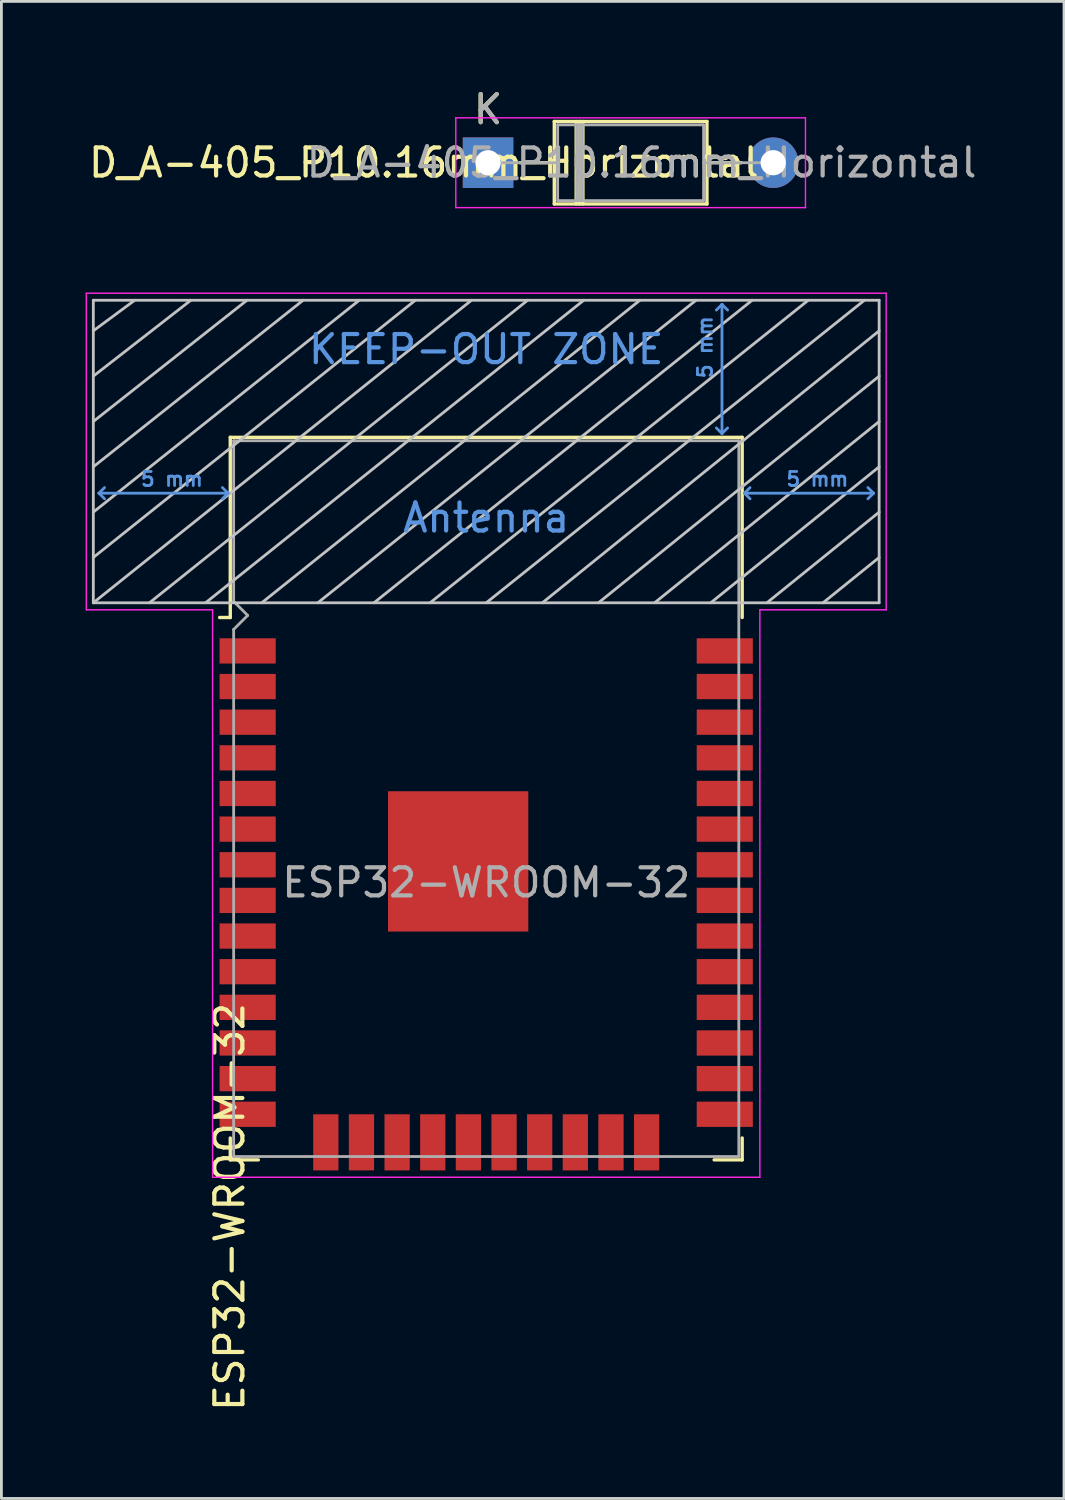
<source format=kicad_pcb>
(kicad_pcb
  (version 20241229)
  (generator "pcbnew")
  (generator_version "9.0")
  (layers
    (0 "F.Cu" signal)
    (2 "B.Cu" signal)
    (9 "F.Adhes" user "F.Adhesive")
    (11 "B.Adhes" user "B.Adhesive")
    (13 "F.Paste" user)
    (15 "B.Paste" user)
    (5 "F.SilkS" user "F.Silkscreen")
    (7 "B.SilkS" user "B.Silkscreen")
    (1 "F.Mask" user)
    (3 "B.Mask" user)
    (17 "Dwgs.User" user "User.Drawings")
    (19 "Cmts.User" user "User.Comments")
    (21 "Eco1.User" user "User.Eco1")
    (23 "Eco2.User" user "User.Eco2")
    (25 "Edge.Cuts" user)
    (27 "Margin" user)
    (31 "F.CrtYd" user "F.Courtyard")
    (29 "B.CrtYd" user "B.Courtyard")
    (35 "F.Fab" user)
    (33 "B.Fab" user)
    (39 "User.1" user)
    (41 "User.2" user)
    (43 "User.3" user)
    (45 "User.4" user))
  (footprint "ESP32-WROOM-32"
    (layer "F.Cu")
    (at 14.275 28.398)
    (property "Reference" "ESP32-WROOM-32" (at -9.144 11.557 90) (layer "F.SilkS") (effects (font (size 1 1) (thickness 0.15))))
    (attr smd)
    (fp_line (start -9.12 -15.865) (end -9.12 -9.445) (stroke (width 0.12) (type solid)) (layer "F.SilkS"))
    (fp_line (start -9.12 -15.865) (end 9.12 -15.865) (stroke (width 0.12) (type solid)) (layer "F.SilkS"))
    (fp_line (start -9.12 -9.445) (end -9.5 -9.445) (stroke (width 0.12) (type solid)) (layer "F.SilkS"))
    (fp_line (start -9.12 9.1) (end -9.12 9.88) (stroke (width 0.12) (type solid)) (layer "F.SilkS"))
    (fp_line (start -9.12 9.88) (end -8.12 9.88) (stroke (width 0.12) (type solid)) (layer "F.SilkS"))
    (fp_line (start 9.12 -15.865) (end 9.12 -9.445) (stroke (width 0.12) (type solid)) (layer "F.SilkS"))
    (fp_line (start 9.12 9.1) (end 9.12 9.88) (stroke (width 0.12) (type solid)) (layer "F.SilkS"))
    (fp_line (start 9.12 9.88) (end 8.12 9.88) (stroke (width 0.12) (type solid)) (layer "F.SilkS"))
    (fp_line (start -14 -9.97) (end -14 -20.75) (stroke (width 0.1) (type solid)) (layer "Dwgs.User"))
    (fp_line (start -12.525 -20.75) (end -14 -19.66) (stroke (width 0.1) (type solid)) (layer "Dwgs.User"))
    (fp_line (start -10.525 -20.75) (end -14 -18.045) (stroke (width 0.1) (type solid)) (layer "Dwgs.User"))
    (fp_line (start -8.525 -20.75) (end -14 -16.43) (stroke (width 0.1) (type solid)) (layer "Dwgs.User"))
    (fp_line (start -8 -9.97) (end 5.475 -20.75) (stroke (width 0.1) (type solid)) (layer "Dwgs.User"))
    (fp_line (start -6.525 -20.75) (end -14 -14.815) (stroke (width 0.1) (type solid)) (layer "Dwgs.User"))
    (fp_line (start -4.525 -20.75) (end -14 -13.2) (stroke (width 0.1) (type solid)) (layer "Dwgs.User"))
    (fp_line (start -2.525 -20.75) (end -14 -11.585) (stroke (width 0.1) (type solid)) (layer "Dwgs.User"))
    (fp_line (start -0.525 -20.75) (end -14 -9.97) (stroke (width 0.1) (type solid)) (layer "Dwgs.User"))
    (fp_line (start 1.475 -20.75) (end -12 -9.97) (stroke (width 0.1) (type solid)) (layer "Dwgs.User"))
    (fp_line (start 3.475 -20.75) (end -10 -9.97) (stroke (width 0.1) (type solid)) (layer "Dwgs.User"))
    (fp_line (start 7.475 -20.75) (end -6 -9.97) (stroke (width 0.1) (type solid)) (layer "Dwgs.User"))
    (fp_line (start 9.475 -20.75) (end -4 -9.97) (stroke (width 0.1) (type solid)) (layer "Dwgs.User"))
    (fp_line (start 11.475 -20.75) (end -2 -9.97) (stroke (width 0.1) (type solid)) (layer "Dwgs.User"))
    (fp_line (start 13.475 -20.75) (end 0 -9.97) (stroke (width 0.1) (type solid)) (layer "Dwgs.User"))
    (fp_line (start 14 -20.75) (end -14 -20.75) (stroke (width 0.1) (type solid)) (layer "Dwgs.User"))
    (fp_line (start 14 -19.66) (end 2 -9.97) (stroke (width 0.1) (type solid)) (layer "Dwgs.User"))
    (fp_line (start 14 -18.045) (end 4 -9.97) (stroke (width 0.1) (type solid)) (layer "Dwgs.User"))
    (fp_line (start 14 -16.43) (end 6 -9.97) (stroke (width 0.1) (type solid)) (layer "Dwgs.User"))
    (fp_line (start 14 -14.815) (end 8 -9.97) (stroke (width 0.1) (type solid)) (layer "Dwgs.User"))
    (fp_line (start 14 -13.2) (end 10 -9.97) (stroke (width 0.1) (type solid)) (layer "Dwgs.User"))
    (fp_line (start 14 -11.585) (end 12 -9.97) (stroke (width 0.1) (type solid)) (layer "Dwgs.User"))
    (fp_line (start 14 -9.97) (end -14 -9.97) (stroke (width 0.1) (type solid)) (layer "Dwgs.User"))
    (fp_line (start 14 -9.97) (end 14 -20.75) (stroke (width 0.1) (type solid)) (layer "Dwgs.User"))
    (fp_line (start -13.8 -13.875) (end -13.6 -14.075) (stroke (width 0.1) (type solid)) (layer "Cmts.User"))
    (fp_line (start -13.8 -13.875) (end -13.6 -13.675) (stroke (width 0.1) (type solid)) (layer "Cmts.User"))
    (fp_line (start -13.8 -13.875) (end -9.2 -13.875) (stroke (width 0.1) (type solid)) (layer "Cmts.User"))
    (fp_line (start -9.2 -13.875) (end -9.4 -14.075) (stroke (width 0.1) (type solid)) (layer "Cmts.User"))
    (fp_line (start -9.2 -13.875) (end -9.4 -13.675) (stroke (width 0.1) (type solid)) (layer "Cmts.User"))
    (fp_line (start 8.4 -20.6) (end 8.2 -20.4) (stroke (width 0.1) (type solid)) (layer "Cmts.User"))
    (fp_line (start 8.4 -20.6) (end 8.6 -20.4) (stroke (width 0.1) (type solid)) (layer "Cmts.User"))
    (fp_line (start 8.4 -16) (end 8.2 -16.2) (stroke (width 0.1) (type solid)) (layer "Cmts.User"))
    (fp_line (start 8.4 -16) (end 8.4 -20.6) (stroke (width 0.1) (type solid)) (layer "Cmts.User"))
    (fp_line (start 8.4 -16) (end 8.6 -16.2) (stroke (width 0.1) (type solid)) (layer "Cmts.User"))
    (fp_line (start 9.2 -13.875) (end 9.4 -14.075) (stroke (width 0.1) (type solid)) (layer "Cmts.User"))
    (fp_line (start 9.2 -13.875) (end 9.4 -13.675) (stroke (width 0.1) (type solid)) (layer "Cmts.User"))
    (fp_line (start 9.2 -13.875) (end 13.8 -13.875) (stroke (width 0.1) (type solid)) (layer "Cmts.User"))
    (fp_line (start 13.8 -13.875) (end 13.6 -14.075) (stroke (width 0.1) (type solid)) (layer "Cmts.User"))
    (fp_line (start 13.8 -13.875) (end 13.6 -13.675) (stroke (width 0.1) (type solid)) (layer "Cmts.User"))
    (fp_line (start -14.25 -21) (end -14.25 -9.72) (stroke (width 0.05) (type solid)) (layer "F.CrtYd"))
    (fp_line (start -14.25 -21) (end 14.25 -21) (stroke (width 0.05) (type solid)) (layer "F.CrtYd"))
    (fp_line (start -14.25 -9.72) (end -9.75 -9.72) (stroke (width 0.05) (type solid)) (layer "F.CrtYd"))
    (fp_line (start -9.75 10.5) (end -9.75 -9.72) (stroke (width 0.05) (type solid)) (layer "F.CrtYd"))
    (fp_line (start -9.75 10.5) (end 9.75 10.5) (stroke (width 0.05) (type solid)) (layer "F.CrtYd"))
    (fp_line (start 9.75 -9.72) (end 9.75 10.5) (stroke (width 0.05) (type solid)) (layer "F.CrtYd"))
    (fp_line (start 9.75 -9.72) (end 14.25 -9.72) (stroke (width 0.05) (type solid)) (layer "F.CrtYd"))
    (fp_line (start 14.25 -21) (end 14.25 -9.72) (stroke (width 0.05) (type solid)) (layer "F.CrtYd"))
    (fp_line (start -9 -15.745) (end -9 -10.02) (stroke (width 0.1) (type solid)) (layer "F.Fab"))
    (fp_line (start -9 -15.745) (end 9 -15.745) (stroke (width 0.1) (type solid)) (layer "F.Fab"))
    (fp_line (start -9 -9.02) (end -9 9.76) (stroke (width 0.1) (type solid)) (layer "F.Fab"))
    (fp_line (start -9 -9.02) (end -8.5 -9.52) (stroke (width 0.1) (type solid)) (layer "F.Fab"))
    (fp_line (start -9 9.76) (end 9 9.76) (stroke (width 0.1) (type solid)) (layer "F.Fab"))
    (fp_line (start -8.5 -9.52) (end -9 -10.02) (stroke (width 0.1) (type solid)) (layer "F.Fab"))
    (fp_line (start 9 9.76) (end 9 -15.745) (stroke (width 0.1) (type solid)) (layer "F.Fab"))
    (fp_text user "KEEP-OUT ZONE" (at 0 -19 0) (layer "Cmts.User") (effects (font (size 1 1) (thickness 0.15))))
    (fp_text user "Antenna" (at 0 -13 0) (layer "Cmts.User") (effects (font (size 1 1) (thickness 0.15))))
    (fp_text user "5 mm" (at -11.2 -14.375 0) (layer "Cmts.User") (effects (font (size 0.5 0.5) (thickness 0.1))))
    (fp_text user "5 mm" (at 7.8 -19.075 90) (layer "Cmts.User") (effects (font (size 0.5 0.5) (thickness 0.1))))
    (fp_text user "5 mm" (at 11.8 -14.375 0) (layer "Cmts.User") (effects (font (size 0.5 0.5) (thickness 0.1))))
    (fp_text user "${REFERENCE}" (at 0 0 0) (layer "F.Fab") (effects (font (size 1 1) (thickness 0.15))))
    (pad "1" smd rect (at -8.5 -8.255) (size 2 0.9) (layers "F.Cu" "F.Mask" "F.Paste"))
    (pad "2" smd rect (at -8.5 -6.985) (size 2 0.9) (layers "F.Cu" "F.Mask" "F.Paste"))
    (pad "3" smd rect (at -8.5 -5.715) (size 2 0.9) (layers "F.Cu" "F.Mask" "F.Paste"))
    (pad "4" smd rect (at -8.5 -4.445) (size 2 0.9) (layers "F.Cu" "F.Mask" "F.Paste"))
    (pad "5" smd rect (at -8.5 -3.175) (size 2 0.9) (layers "F.Cu" "F.Mask" "F.Paste"))
    (pad "6" smd rect (at -8.5 -1.905) (size 2 0.9) (layers "F.Cu" "F.Mask" "F.Paste"))
    (pad "7" smd rect (at -8.5 -0.635) (size 2 0.9) (layers "F.Cu" "F.Mask" "F.Paste"))
    (pad "8" smd rect (at -8.5 0.635) (size 2 0.9) (layers "F.Cu" "F.Mask" "F.Paste"))
    (pad "9" smd rect (at -8.5 1.905) (size 2 0.9) (layers "F.Cu" "F.Mask" "F.Paste"))
    (pad "10" smd rect (at -8.5 3.175) (size 2 0.9) (layers "F.Cu" "F.Mask" "F.Paste"))
    (pad "11" smd rect (at -8.5 4.445) (size 2 0.9) (layers "F.Cu" "F.Mask" "F.Paste"))
    (pad "12" smd rect (at -8.5 5.715) (size 2 0.9) (layers "F.Cu" "F.Mask" "F.Paste"))
    (pad "13" smd rect (at -8.5 6.985) (size 2 0.9) (layers "F.Cu" "F.Mask" "F.Paste"))
    (pad "14" smd rect (at -8.5 8.255) (size 2 0.9) (layers "F.Cu" "F.Mask" "F.Paste"))
    (pad "15" smd rect (at -5.715 9.255 90) (size 2 0.9) (layers "F.Cu" "F.Mask" "F.Paste"))
    (pad "16" smd rect (at -4.445 9.255 90) (size 2 0.9) (layers "F.Cu" "F.Mask" "F.Paste"))
    (pad "17" smd rect (at -3.175 9.255 90) (size 2 0.9) (layers "F.Cu" "F.Mask" "F.Paste"))
    (pad "18" smd rect (at -1.905 9.255 90) (size 2 0.9) (layers "F.Cu" "F.Mask" "F.Paste"))
    (pad "19" smd rect (at -0.635 9.255 90) (size 2 0.9) (layers "F.Cu" "F.Mask" "F.Paste"))
    (pad "20" smd rect (at 0.635 9.255 90) (size 2 0.9) (layers "F.Cu" "F.Mask" "F.Paste"))
    (pad "21" smd rect (at 1.905 9.255 90) (size 2 0.9) (layers "F.Cu" "F.Mask" "F.Paste"))
    (pad "22" smd rect (at 3.175 9.255 90) (size 2 0.9) (layers "F.Cu" "F.Mask" "F.Paste"))
    (pad "23" smd rect (at 4.445 9.255 90) (size 2 0.9) (layers "F.Cu" "F.Mask" "F.Paste"))
    (pad "24" smd rect (at 5.715 9.255 90) (size 2 0.9) (layers "F.Cu" "F.Mask" "F.Paste"))
    (pad "25" smd rect (at 8.5 8.255) (size 2 0.9) (layers "F.Cu" "F.Mask" "F.Paste"))
    (pad "26" smd rect (at 8.5 6.985) (size 2 0.9) (layers "F.Cu" "F.Mask" "F.Paste"))
    (pad "27" smd rect (at 8.5 5.715) (size 2 0.9) (layers "F.Cu" "F.Mask" "F.Paste"))
    (pad "28" smd rect (at 8.5 4.445) (size 2 0.9) (layers "F.Cu" "F.Mask" "F.Paste"))
    (pad "29" smd rect (at 8.5 3.175) (size 2 0.9) (layers "F.Cu" "F.Mask" "F.Paste"))
    (pad "30" smd rect (at 8.5 1.905) (size 2 0.9) (layers "F.Cu" "F.Mask" "F.Paste"))
    (pad "31" smd rect (at 8.5 0.635) (size 2 0.9) (layers "F.Cu" "F.Mask" "F.Paste"))
    (pad "32" smd rect (at 8.5 -0.635) (size 2 0.9) (layers "F.Cu" "F.Mask" "F.Paste"))
    (pad "33" smd rect (at 8.5 -1.905) (size 2 0.9) (layers "F.Cu" "F.Mask" "F.Paste"))
    (pad "34" smd rect (at 8.5 -3.175) (size 2 0.9) (layers "F.Cu" "F.Mask" "F.Paste"))
    (pad "35" smd rect (at 8.5 -4.445) (size 2 0.9) (layers "F.Cu" "F.Mask" "F.Paste"))
    (pad "36" smd rect (at 8.5 -5.715) (size 2 0.9) (layers "F.Cu" "F.Mask" "F.Paste"))
    (pad "37" smd rect (at 8.5 -6.985) (size 2 0.9) (layers "F.Cu" "F.Mask" "F.Paste"))
    (pad "38" smd rect (at 8.5 -8.255) (size 2 0.9) (layers "F.Cu" "F.Mask" "F.Paste"))
    (pad "39" smd rect (at -1 -0.755) (size 5 5) (layers "F.Cu" "F.Mask" "F.Paste")))
  (footprint "D_A-405_P10.16mm_Horizontal"
    (layer "F.Cu")
    (at 14.34 2.748)
    (property "Reference" "D_A-405_P10.16mm_Horizontal" (at -2.286 0 0) (layer "F.SilkS") (effects (font (size 1 1) (thickness 0.15))))
    (attr through_hole)
    (fp_line (start 1.14 0) (end 2.36 0) (stroke (width 0.12) (type solid)) (layer "F.SilkS"))
    (fp_line (start 2.36 -1.47) (end 2.36 1.47) (stroke (width 0.12) (type solid)) (layer "F.SilkS"))
    (fp_line (start 2.36 1.47) (end 7.8 1.47) (stroke (width 0.12) (type solid)) (layer "F.SilkS"))
    (fp_line (start 3.14 -1.47) (end 3.14 1.47) (stroke (width 0.12) (type solid)) (layer "F.SilkS"))
    (fp_line (start 3.26 -1.47) (end 3.26 1.47) (stroke (width 0.12) (type solid)) (layer "F.SilkS"))
    (fp_line (start 3.38 -1.47) (end 3.38 1.47) (stroke (width 0.12) (type solid)) (layer "F.SilkS"))
    (fp_line (start 7.8 -1.47) (end 2.36 -1.47) (stroke (width 0.12) (type solid)) (layer "F.SilkS"))
    (fp_line (start 7.8 1.47) (end 7.8 -1.47) (stroke (width 0.12) (type solid)) (layer "F.SilkS"))
    (fp_line (start 9.02 0) (end 7.8 0) (stroke (width 0.12) (type solid)) (layer "F.SilkS"))
    (fp_line (start -1.15 -1.6) (end -1.15 1.6) (stroke (width 0.05) (type solid)) (layer "F.CrtYd"))
    (fp_line (start -1.15 1.6) (end 11.31 1.6) (stroke (width 0.05) (type solid)) (layer "F.CrtYd"))
    (fp_line (start 11.31 -1.6) (end -1.15 -1.6) (stroke (width 0.05) (type solid)) (layer "F.CrtYd"))
    (fp_line (start 11.31 1.6) (end 11.31 -1.6) (stroke (width 0.05) (type solid)) (layer "F.CrtYd"))
    (fp_line (start 0 0) (end 2.48 0) (stroke (width 0.1) (type solid)) (layer "F.Fab"))
    (fp_line (start 2.48 -1.35) (end 2.48 1.35) (stroke (width 0.1) (type solid)) (layer "F.Fab"))
    (fp_line (start 2.48 1.35) (end 7.68 1.35) (stroke (width 0.1) (type solid)) (layer "F.Fab"))
    (fp_line (start 3.16 -1.35) (end 3.16 1.35) (stroke (width 0.1) (type solid)) (layer "F.Fab"))
    (fp_line (start 3.26 -1.35) (end 3.26 1.35) (stroke (width 0.1) (type solid)) (layer "F.Fab"))
    (fp_line (start 3.36 -1.35) (end 3.36 1.35) (stroke (width 0.1) (type solid)) (layer "F.Fab"))
    (fp_line (start 7.68 -1.35) (end 2.48 -1.35) (stroke (width 0.1) (type solid)) (layer "F.Fab"))
    (fp_line (start 7.68 1.35) (end 7.68 -1.35) (stroke (width 0.1) (type solid)) (layer "F.Fab"))
    (fp_line (start 10.16 0) (end 7.68 0) (stroke (width 0.1) (type solid)) (layer "F.Fab"))
    (fp_text user "K" (at 0 -1.9 0) (layer "F.SilkS") (effects (font (size 1 1) (thickness 0.15))))
    (fp_text user "${REFERENCE}" (at 5.47 0 0) (layer "F.Fab") (effects (font (size 1 1) (thickness 0.15))))
    (fp_text user "K" (at 0 -1.9 0) (layer "F.Fab") (effects (font (size 1 1) (thickness 0.15))))
    (pad "1" thru_hole rect (at 0 0) (size 1.8 1.8) (drill 0.9) (layers "*.Cu" "*.Mask"))
    (pad "2" thru_hole oval (at 10.16 0) (size 1.8 1.8) (drill 0.9) (layers "*.Cu" "*.Mask")))
  (gr_rect
    (start -3 -3)
    (end 34.863 50.342)
    (stroke (width 0.1) (type default))
    (fill no)
    (layer "Edge.Cuts")))
</source>
